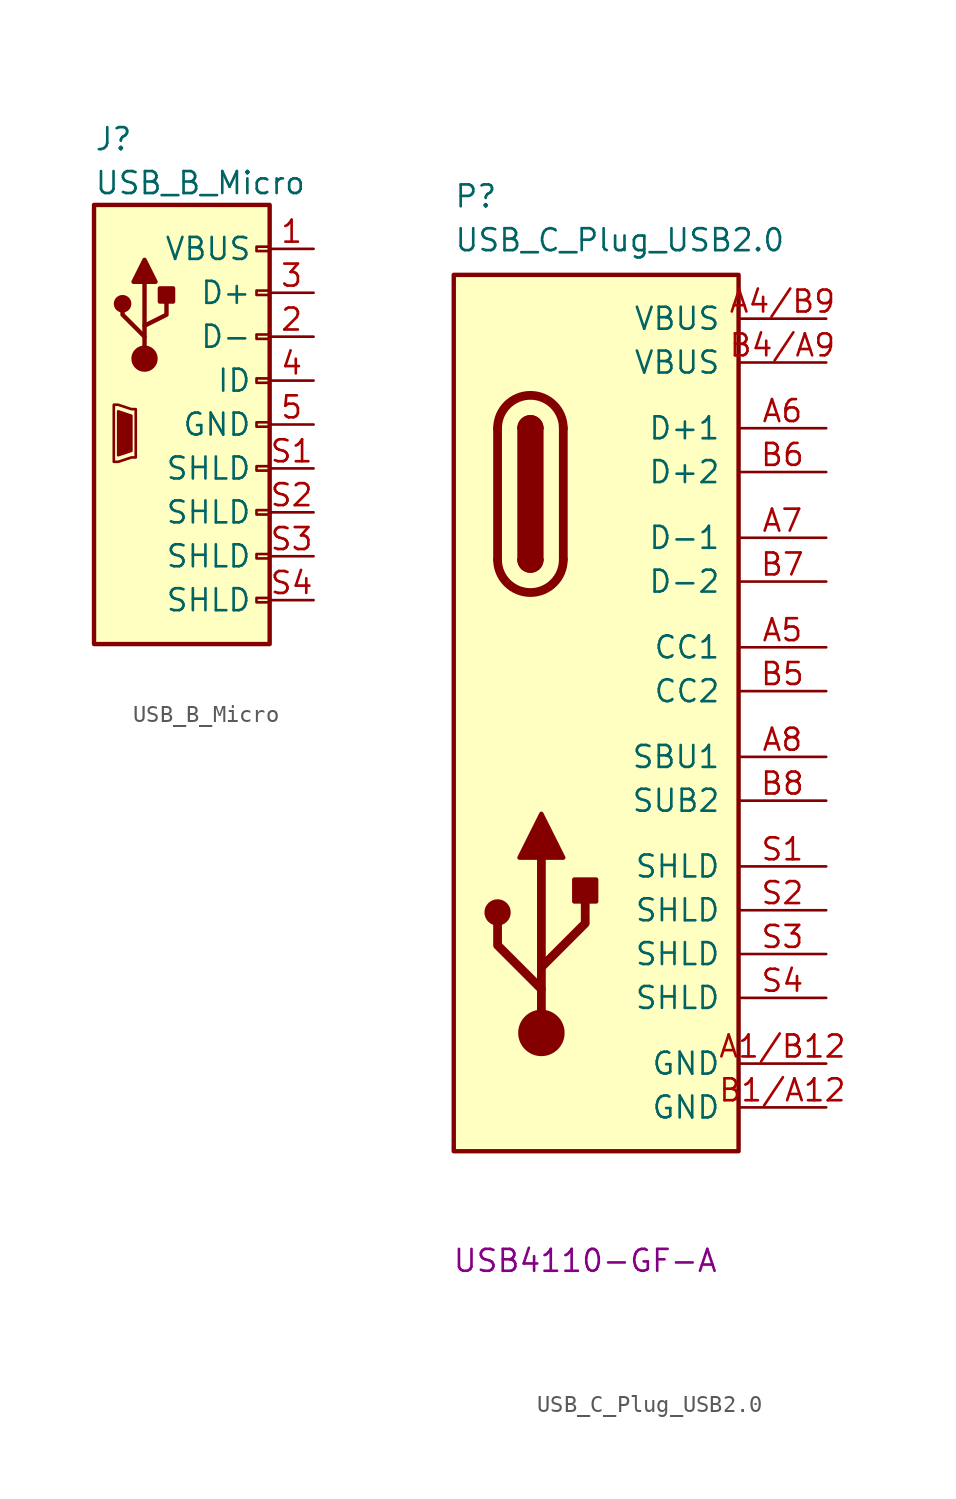
<source format=kicad_sym>
(kicad_symbol_lib
  (version 20211014)
  (generator kicad_symbol_editor)
  (symbol "USB_B_Micro"
    (pin_names
      (offset 1.016))
    (property "Reference" "J"
      (at -5.08 16.51 0)
      (effects (font (size 1.27 1.27)) (justify left)))
    (property "Value" "USB_B_Micro"
      (at -5.08 13.97 0)
      (effects (font (size 1.27 1.27)) (justify left)))
    (symbol "USB_B_Micro_0_1"
      (rectangle (start -5.08 -12.7) (end 5.08 12.7) (stroke (width 0.254) (type default) (color 0 0 0 0)) (fill (type background)))
      (circle (center -3.429 6.985) (radius 0.381) (stroke (width 0.254) (type default) (color 0 0 0 0)) (fill (type outline)))
      (circle (center -2.159 3.81) (radius 0.635) (stroke (width 0.254) (type default) (color 0 0 0 0)) (fill (type outline)))
      (rectangle (start -1.27 7.874) (end -0.508 7.112) (stroke (width 0.254) (type default) (color 0 0 0 0)) (fill (type outline)))
      (polyline (pts (xy -2.159 5.715) (xy -2.159 8.255)) (stroke (width 0.254) (type default) (color 0 0 0 0)) (fill (type none)))
      (polyline (pts (xy -2.794 8.255) (xy -1.524 8.255) (xy -2.159 9.525) (xy -2.794 8.255)) (stroke (width 0.254) (type default) (color 0 0 0 0)) (fill (type outline)))
      (polyline (pts (xy -2.159 4.445) (xy -2.159 5.08) (xy -3.429 6.35) (xy -3.429 6.985)) (stroke (width 0.254) (type default) (color 0 0 0 0)) (fill (type none)))
      (polyline (pts (xy -2.159 5.08) (xy -2.159 5.715) (xy -0.889 6.35) (xy -0.889 7.62)) (stroke (width 0.254) (type default) (color 0 0 0 0)) (fill (type none)))
      (polyline (pts (xy -3.683 -1.778) (xy -3.683 0.762) (xy -2.921 0.508) (xy -2.921 -1.524) (xy -3.683 -1.778)) (stroke (width 0) (type default) (color 0 0 0 0)) (fill (type outline)))
      (polyline (pts (xy -3.937 -2.159) (xy -3.683 -2.159) (xy -2.921 -1.905) (xy -2.667 -1.905) (xy -2.667 0.889) (xy -2.921 0.889) (xy -3.683 1.143) (xy -3.937 1.143) (xy -3.937 -2.159)) (stroke (width 0) (type default) (color 0 0 0 0)) (fill (type none)))
      (rectangle (start 5.08 -0.127) (end 4.318 0.127) (stroke (width 0) (type default) (color 0 0 0 0)) (fill (type none)))
      (rectangle (start 5.08 2.413) (end 4.318 2.667) (stroke (width 0) (type default) (color 0 0 0 0)) (fill (type none)))
      (rectangle (start 5.08 4.953) (end 4.318 5.207) (stroke (width 0) (type default) (color 0 0 0 0)) (fill (type none)))
      (rectangle (start 5.08 7.493) (end 4.318 7.747) (stroke (width 0) (type default) (color 0 0 0 0)) (fill (type none)))
      (rectangle (start 5.08 10.033) (end 4.318 10.287) (stroke (width 0) (type default) (color 0 0 0 0)) (fill (type none))))
    (symbol "USB_B_Micro_1_1"
      (rectangle (start 5.08 -10.287) (end 4.318 -10.033) (stroke (width 0) (type default) (color 0 0 0 0)) (fill (type none)))
      (rectangle (start 5.08 -7.747) (end 4.318 -7.493) (stroke (width 0) (type default) (color 0 0 0 0)) (fill (type none)))
      (rectangle (start 5.08 -5.207) (end 4.318 -4.953) (stroke (width 0) (type default) (color 0 0 0 0)) (fill (type none)))
      (rectangle (start 5.08 -2.667) (end 4.318 -2.413) (stroke (width 0) (type default) (color 0 0 0 0)) (fill (type none)))
      (pin passive line (at 7.62 10.16 180) (length 2.54) (name "VBUS" (effects (font (size 1.27 1.27)))) (number "1" (effects (font (size 1.27 1.27)))))
      (pin passive line (at 7.62 5.08 180) (length 2.54) (name "D-" (effects (font (size 1.27 1.27)))) (number "2" (effects (font (size 1.27 1.27)))))
      (pin passive line (at 7.62 7.62 180) (length 2.54) (name "D+" (effects (font (size 1.27 1.27)))) (number "3" (effects (font (size 1.27 1.27)))))
      (pin passive line (at 7.62 2.54 180) (length 2.54) (name "ID" (effects (font (size 1.27 1.27)))) (number "4" (effects (font (size 1.27 1.27)))))
      (pin passive line (at 7.62 0 180) (length 2.54) (name "GND" (effects (font (size 1.27 1.27)))) (number "5" (effects (font (size 1.27 1.27)))))
      (pin passive line (at 7.62 -2.54 180) (length 2.54) (name "SHLD" (effects (font (size 1.27 1.27)))) (number "S1" (effects (font (size 1.27 1.27)))))
      (pin passive line (at 7.62 -5.08 180) (length 2.54) (name "SHLD" (effects (font (size 1.27 1.27)))) (number "S2" (effects (font (size 1.27 1.27)))))
      (pin passive line (at 7.62 -7.62 180) (length 2.54) (name "SHLD" (effects (font (size 1.27 1.27)))) (number "S3" (effects (font (size 1.27 1.27)))))
      (pin passive line (at 7.62 -10.16 180) (length 2.54) (name "SHLD" (effects (font (size 1.27 1.27)))) (number "S4" (effects (font (size 1.27 1.27)))))))
  (symbol "USB_C_Plug_USB2.0"
    (pin_names
      (offset 1.016))
    (property "Reference" "P"
      (at -8.89 29.21 0)
      (effects (font (size 1.27 1.27)) (justify left bottom)))
    (property "Value" "USB_C_Plug_USB2.0"
      (at -8.89 26.67 0)
      (effects (font (size 1.27 1.27)) (justify left bottom)))
    (property "Manufacturer Part No." "USB4110-GF-A"
      (at -1.27 -31.75 0)
      (effects (font (size 1.27 1.27))))
    (symbol "USB_C_Plug_USB2.0_0_1"
      (rectangle (start -8.89 25.4) (end 7.62 -25.4) (stroke (width 0.254) (type default) (color 0 0 0 0)) (fill (type background)))
      (circle (center -6.35 -11.557) (radius 0.635) (stroke (width 0.254) (type default) (color 0 0 0 0)) (fill (type outline)))
      (arc (start -6.35 8.89) (mid -4.445 6.985) (end -2.54 8.89) (stroke (width 0.508) (type default) (color 0 0 0 0)) (fill (type none)))
      (arc (start -5.08 8.89) (mid -4.445 8.255) (end -3.81 8.89) (stroke (width 0.254) (type default) (color 0 0 0 0)) (fill (type none)))
      (arc (start -5.08 8.89) (mid -4.445 8.255) (end -3.81 8.89) (stroke (width 0.254) (type default) (color 0 0 0 0)) (fill (type outline)))
      (rectangle (start -5.08 8.89) (end -3.81 16.51) (stroke (width 0.254) (type default) (color 0 0 0 0)) (fill (type outline)))
      (circle (center -3.81 -18.542) (radius 1.27) (stroke (width 0) (type default) (color 0 0 0 0)) (fill (type outline)))
      (arc (start -3.81 16.51) (mid -4.445 17.145) (end -5.08 16.51) (stroke (width 0.254) (type default) (color 0 0 0 0)) (fill (type none)))
      (arc (start -3.81 16.51) (mid -4.445 17.145) (end -5.08 16.51) (stroke (width 0.254) (type default) (color 0 0 0 0)) (fill (type outline)))
      (arc (start -2.54 16.51) (mid -4.445 18.415) (end -6.35 16.51) (stroke (width 0.508) (type default) (color 0 0 0 0)) (fill (type none)))
      (rectangle (start -1.905 -10.922) (end -0.635 -9.652) (stroke (width 0.254) (type default) (color 0 0 0 0)) (fill (type outline)))
      (polyline (pts (xy -6.35 8.89) (xy -6.35 16.51)) (stroke (width 0.508) (type default) (color 0 0 0 0)) (fill (type none)))
      (polyline (pts (xy -3.81 -18.542) (xy -3.81 -8.382)) (stroke (width 0.508) (type default) (color 0 0 0 0)) (fill (type none)))
      (polyline (pts (xy -2.54 16.51) (xy -2.54 8.89)) (stroke (width 0.508) (type default) (color 0 0 0 0)) (fill (type none)))
      (polyline (pts (xy -3.81 -16.002) (xy -6.35 -13.462) (xy -6.35 -12.192)) (stroke (width 0.508) (type default) (color 0 0 0 0)) (fill (type none)))
      (polyline (pts (xy -3.81 -14.732) (xy -1.27 -12.192) (xy -1.27 -10.922)) (stroke (width 0.508) (type default) (color 0 0 0 0)) (fill (type none)))
      (polyline (pts (xy -5.08 -8.382) (xy -3.81 -5.842) (xy -2.54 -8.382) (xy -5.08 -8.382)) (stroke (width 0.254) (type default) (color 0 0 0 0)) (fill (type outline))))
    (symbol "USB_C_Plug_USB2.0_1_1"
      (pin passive line (at 12.7 -20.32 180) (length 5.08) (name "GND" (effects (font (size 1.27 1.27)))) (number "A1/B12" (effects (font (size 1.27 1.27)))))
      (pin power_in line (at 12.7 22.86 180) (length 5.08) (name "VBUS" (effects (font (size 1.27 1.27)))) (number "A4/B9" (effects (font (size 1.27 1.27)))))
      (pin bidirectional line (at 12.7 3.81 180) (length 5.08) (name "CC1" (effects (font (size 1.27 1.27)))) (number "A5" (effects (font (size 1.27 1.27)))))
      (pin bidirectional line (at 12.7 16.51 180) (length 5.08) (name "D+1" (effects (font (size 1.27 1.27)))) (number "A6" (effects (font (size 1.27 1.27)))))
      (pin bidirectional line (at 12.7 10.16 180) (length 5.08) (name "D-1" (effects (font (size 1.27 1.27)))) (number "A7" (effects (font (size 1.27 1.27)))))
      (pin bidirectional line (at 12.7 -2.54 180) (length 5.08) (name "SBU1" (effects (font (size 1.27 1.27)))) (number "A8" (effects (font (size 1.27 1.27)))))
      (pin passive line (at 12.7 -22.86 180) (length 5.08) (name "GND" (effects (font (size 1.27 1.27)))) (number "B1/A12" (effects (font (size 1.27 1.27)))))
      (pin power_in line (at 12.7 20.32 180) (length 5.08) (name "VBUS" (effects (font (size 1.27 1.27)))) (number "B4/A9" (effects (font (size 1.27 1.27)))))
      (pin bidirectional line (at 12.7 1.27 180) (length 5.08) (name "CC2" (effects (font (size 1.27 1.27)))) (number "B5" (effects (font (size 1.27 1.27)))))
      (pin bidirectional line (at 12.7 13.97 180) (length 5.08) (name "D+2" (effects (font (size 1.27 1.27)))) (number "B6" (effects (font (size 1.27 1.27)))))
      (pin bidirectional line (at 12.7 7.62 180) (length 5.08) (name "D-2" (effects (font (size 1.27 1.27)))) (number "B7" (effects (font (size 1.27 1.27)))))
      (pin bidirectional line (at 12.7 -5.08 180) (length 5.08) (name "SUB2" (effects (font (size 1.27 1.27)))) (number "B8" (effects (font (size 1.27 1.27)))))
      (pin passive line (at 12.7 -8.89 180) (length 5.08) (name "SHLD" (effects (font (size 1.27 1.27)))) (number "S1" (effects (font (size 1.27 1.27)))))
      (pin passive line (at 12.7 -11.43 180) (length 5.08) (name "SHLD" (effects (font (size 1.27 1.27)))) (number "S2" (effects (font (size 1.27 1.27)))))
      (pin passive line (at 12.7 -13.97 180) (length 5.08) (name "SHLD" (effects (font (size 1.27 1.27)))) (number "S3" (effects (font (size 1.27 1.27)))))
      (pin passive line (at 12.7 -16.51 180) (length 5.08) (name "SHLD" (effects (font (size 1.27 1.27)))) (number "S4" (effects (font (size 1.27 1.27))))))))
</source>
